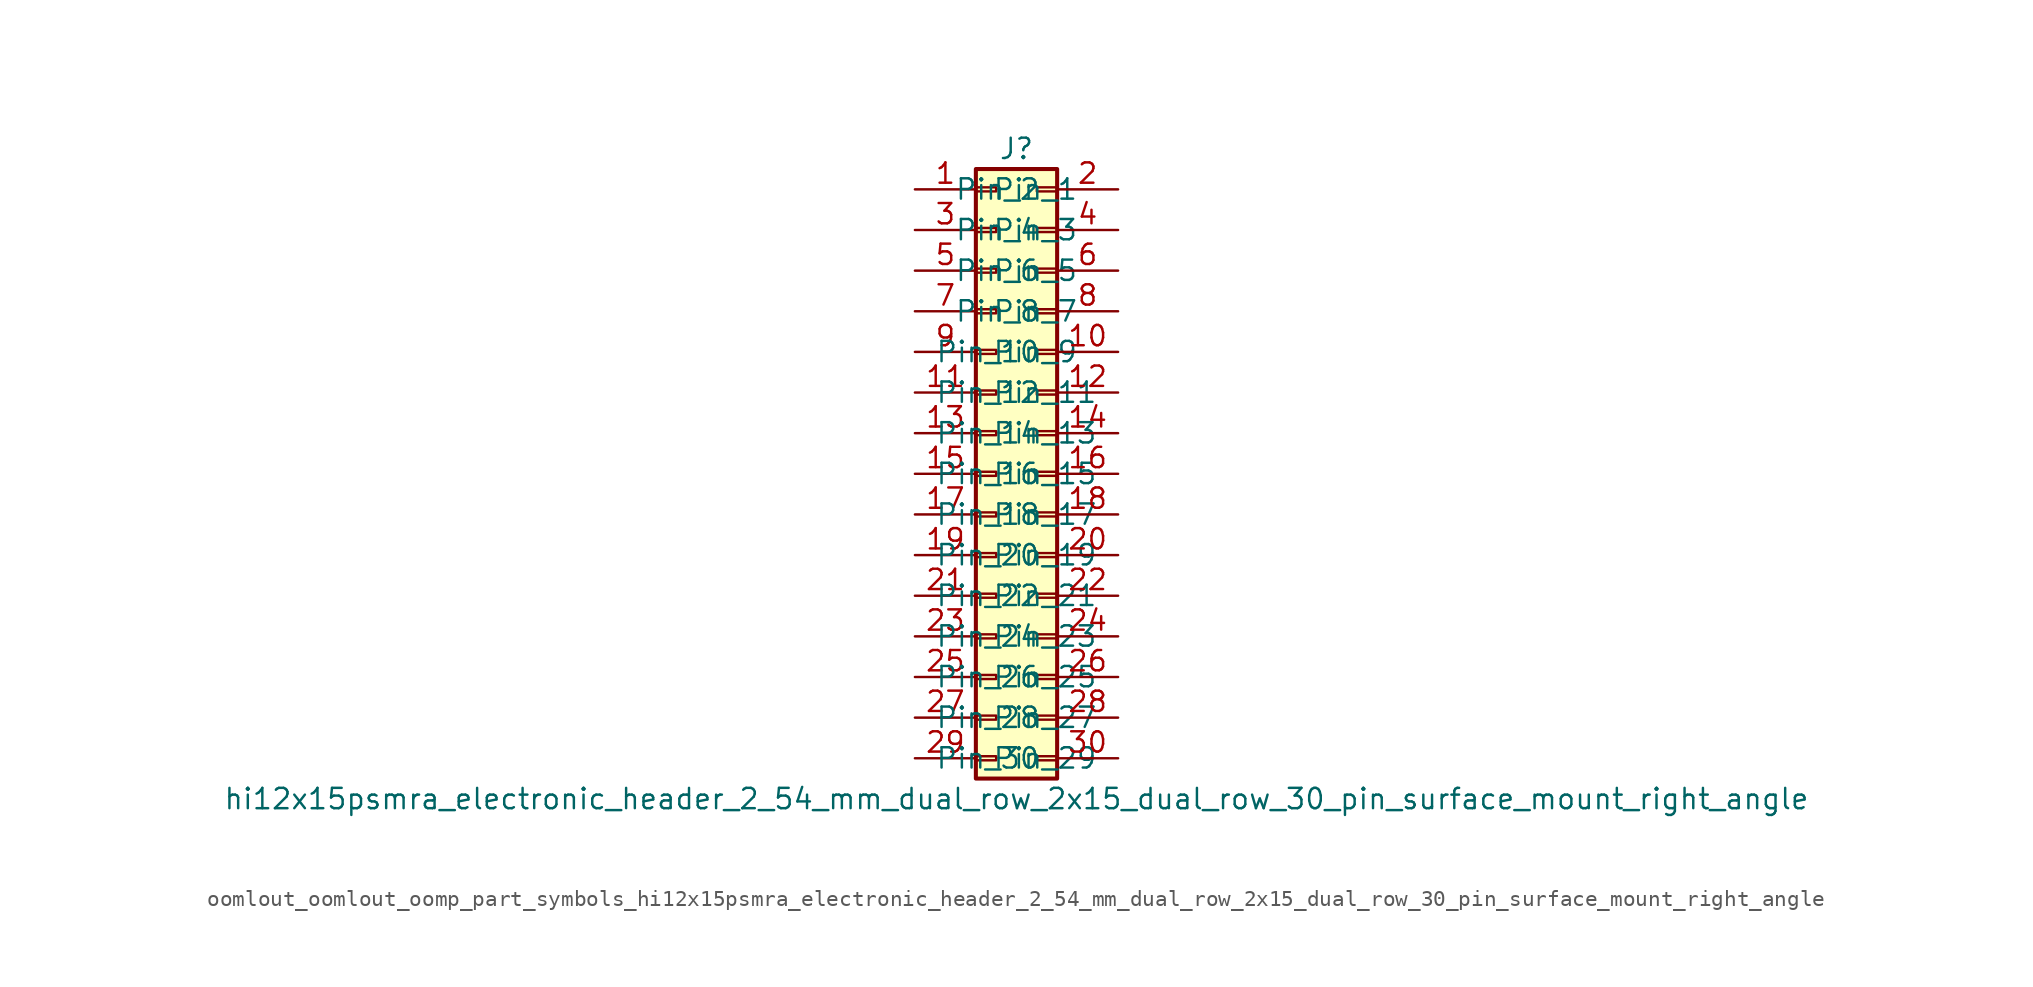
<source format=kicad_sym>
(kicad_symbol_lib
  (version 20220914)
  (generator kicad_symbol_editor)
  (symbol "oomlout_oomlout_oomp_part_symbols_hi12x15psmra_electronic_header_2_54_mm_dual_row_2x15_dual_row_30_pin_surface_mount_right_angle"
    (pin_names
      (offset 1.016))
    (property "Reference" "J"
      (at 1.27 20.32 0)
      (effects (font (size 1.27 1.27))))
    (property "Value" "hi12x15psmra_electronic_header_2_54_mm_dual_row_2x15_dual_row_30_pin_surface_mount_right_angle"
      (at 1.27 -20.32 0)
      (effects (font (size 1.27 1.27))))
    (symbol "oomlout_oomlout_oomp_part_symbols_hi12x15psmra_electronic_header_2_54_mm_dual_row_2x15_dual_row_30_pin_surface_mount_right_angle_1_1"
      (rectangle (start -1.27 -17.653) (end 0 -17.907) (stroke (width 0.152) (type default)) (fill (type none)))
      (rectangle (start -1.27 -15.113) (end 0 -15.367) (stroke (width 0.152) (type default)) (fill (type none)))
      (rectangle (start -1.27 -12.573) (end 0 -12.827) (stroke (width 0.152) (type default)) (fill (type none)))
      (rectangle (start -1.27 -10.033) (end 0 -10.287) (stroke (width 0.152) (type default)) (fill (type none)))
      (rectangle (start -1.27 -7.493) (end 0 -7.747) (stroke (width 0.152) (type default)) (fill (type none)))
      (rectangle (start -1.27 -4.953) (end 0 -5.207) (stroke (width 0.152) (type default)) (fill (type none)))
      (rectangle (start -1.27 -2.413) (end 0 -2.667) (stroke (width 0.152) (type default)) (fill (type none)))
      (rectangle (start -1.27 0.127) (end 0 -0.127) (stroke (width 0.152) (type default)) (fill (type none)))
      (rectangle (start -1.27 2.667) (end 0 2.413) (stroke (width 0.152) (type default)) (fill (type none)))
      (rectangle (start -1.27 5.207) (end 0 4.953) (stroke (width 0.152) (type default)) (fill (type none)))
      (rectangle (start -1.27 7.747) (end 0 7.493) (stroke (width 0.152) (type default)) (fill (type none)))
      (rectangle (start -1.27 10.287) (end 0 10.033) (stroke (width 0.152) (type default)) (fill (type none)))
      (rectangle (start -1.27 12.827) (end 0 12.573) (stroke (width 0.152) (type default)) (fill (type none)))
      (rectangle (start -1.27 15.367) (end 0 15.113) (stroke (width 0.152) (type default)) (fill (type none)))
      (rectangle (start -1.27 17.907) (end 0 17.653) (stroke (width 0.152) (type default)) (fill (type none)))
      (rectangle (start -1.27 19.05) (end 3.81 -19.05) (stroke (width 0.254) (type default)) (fill (type background)))
      (rectangle (start 3.81 -17.653) (end 2.54 -17.907) (stroke (width 0.152) (type default)) (fill (type none)))
      (rectangle (start 3.81 -15.113) (end 2.54 -15.367) (stroke (width 0.152) (type default)) (fill (type none)))
      (rectangle (start 3.81 -12.573) (end 2.54 -12.827) (stroke (width 0.152) (type default)) (fill (type none)))
      (rectangle (start 3.81 -10.033) (end 2.54 -10.287) (stroke (width 0.152) (type default)) (fill (type none)))
      (rectangle (start 3.81 -7.493) (end 2.54 -7.747) (stroke (width 0.152) (type default)) (fill (type none)))
      (rectangle (start 3.81 -4.953) (end 2.54 -5.207) (stroke (width 0.152) (type default)) (fill (type none)))
      (rectangle (start 3.81 -2.413) (end 2.54 -2.667) (stroke (width 0.152) (type default)) (fill (type none)))
      (rectangle (start 3.81 0.127) (end 2.54 -0.127) (stroke (width 0.152) (type default)) (fill (type none)))
      (rectangle (start 3.81 2.667) (end 2.54 2.413) (stroke (width 0.152) (type default)) (fill (type none)))
      (rectangle (start 3.81 5.207) (end 2.54 4.953) (stroke (width 0.152) (type default)) (fill (type none)))
      (rectangle (start 3.81 7.747) (end 2.54 7.493) (stroke (width 0.152) (type default)) (fill (type none)))
      (rectangle (start 3.81 10.287) (end 2.54 10.033) (stroke (width 0.152) (type default)) (fill (type none)))
      (rectangle (start 3.81 12.827) (end 2.54 12.573) (stroke (width 0.152) (type default)) (fill (type none)))
      (rectangle (start 3.81 15.367) (end 2.54 15.113) (stroke (width 0.152) (type default)) (fill (type none)))
      (rectangle (start 3.81 17.907) (end 2.54 17.653) (stroke (width 0.152) (type default)) (fill (type none)))
      (pin passive line (at -5.08 17.78 0) (length 3.81) (name "Pin_1" (effects (font (size 1.27 1.27)))) (number "1" (effects (font (size 1.27 1.27)))))
      (pin passive line (at 7.62 7.62 180) (length 3.81) (name "Pin_10" (effects (font (size 1.27 1.27)))) (number "10" (effects (font (size 1.27 1.27)))))
      (pin passive line (at -5.08 5.08 0) (length 3.81) (name "Pin_11" (effects (font (size 1.27 1.27)))) (number "11" (effects (font (size 1.27 1.27)))))
      (pin passive line (at 7.62 5.08 180) (length 3.81) (name "Pin_12" (effects (font (size 1.27 1.27)))) (number "12" (effects (font (size 1.27 1.27)))))
      (pin passive line (at -5.08 2.54 0) (length 3.81) (name "Pin_13" (effects (font (size 1.27 1.27)))) (number "13" (effects (font (size 1.27 1.27)))))
      (pin passive line (at 7.62 2.54 180) (length 3.81) (name "Pin_14" (effects (font (size 1.27 1.27)))) (number "14" (effects (font (size 1.27 1.27)))))
      (pin passive line (at -5.08 0 0) (length 3.81) (name "Pin_15" (effects (font (size 1.27 1.27)))) (number "15" (effects (font (size 1.27 1.27)))))
      (pin passive line (at 7.62 0 180) (length 3.81) (name "Pin_16" (effects (font (size 1.27 1.27)))) (number "16" (effects (font (size 1.27 1.27)))))
      (pin passive line (at -5.08 -2.54 0) (length 3.81) (name "Pin_17" (effects (font (size 1.27 1.27)))) (number "17" (effects (font (size 1.27 1.27)))))
      (pin passive line (at 7.62 -2.54 180) (length 3.81) (name "Pin_18" (effects (font (size 1.27 1.27)))) (number "18" (effects (font (size 1.27 1.27)))))
      (pin passive line (at -5.08 -5.08 0) (length 3.81) (name "Pin_19" (effects (font (size 1.27 1.27)))) (number "19" (effects (font (size 1.27 1.27)))))
      (pin passive line (at 7.62 17.78 180) (length 3.81) (name "Pin_2" (effects (font (size 1.27 1.27)))) (number "2" (effects (font (size 1.27 1.27)))))
      (pin passive line (at 7.62 -5.08 180) (length 3.81) (name "Pin_20" (effects (font (size 1.27 1.27)))) (number "20" (effects (font (size 1.27 1.27)))))
      (pin passive line (at -5.08 -7.62 0) (length 3.81) (name "Pin_21" (effects (font (size 1.27 1.27)))) (number "21" (effects (font (size 1.27 1.27)))))
      (pin passive line (at 7.62 -7.62 180) (length 3.81) (name "Pin_22" (effects (font (size 1.27 1.27)))) (number "22" (effects (font (size 1.27 1.27)))))
      (pin passive line (at -5.08 -10.16 0) (length 3.81) (name "Pin_23" (effects (font (size 1.27 1.27)))) (number "23" (effects (font (size 1.27 1.27)))))
      (pin passive line (at 7.62 -10.16 180) (length 3.81) (name "Pin_24" (effects (font (size 1.27 1.27)))) (number "24" (effects (font (size 1.27 1.27)))))
      (pin passive line (at -5.08 -12.7 0) (length 3.81) (name "Pin_25" (effects (font (size 1.27 1.27)))) (number "25" (effects (font (size 1.27 1.27)))))
      (pin passive line (at 7.62 -12.7 180) (length 3.81) (name "Pin_26" (effects (font (size 1.27 1.27)))) (number "26" (effects (font (size 1.27 1.27)))))
      (pin passive line (at -5.08 -15.24 0) (length 3.81) (name "Pin_27" (effects (font (size 1.27 1.27)))) (number "27" (effects (font (size 1.27 1.27)))))
      (pin passive line (at 7.62 -15.24 180) (length 3.81) (name "Pin_28" (effects (font (size 1.27 1.27)))) (number "28" (effects (font (size 1.27 1.27)))))
      (pin passive line (at -5.08 -17.78 0) (length 3.81) (name "Pin_29" (effects (font (size 1.27 1.27)))) (number "29" (effects (font (size 1.27 1.27)))))
      (pin passive line (at -5.08 15.24 0) (length 3.81) (name "Pin_3" (effects (font (size 1.27 1.27)))) (number "3" (effects (font (size 1.27 1.27)))))
      (pin passive line (at 7.62 -17.78 180) (length 3.81) (name "Pin_30" (effects (font (size 1.27 1.27)))) (number "30" (effects (font (size 1.27 1.27)))))
      (pin passive line (at 7.62 15.24 180) (length 3.81) (name "Pin_4" (effects (font (size 1.27 1.27)))) (number "4" (effects (font (size 1.27 1.27)))))
      (pin passive line (at -5.08 12.7 0) (length 3.81) (name "Pin_5" (effects (font (size 1.27 1.27)))) (number "5" (effects (font (size 1.27 1.27)))))
      (pin passive line (at 7.62 12.7 180) (length 3.81) (name "Pin_6" (effects (font (size 1.27 1.27)))) (number "6" (effects (font (size 1.27 1.27)))))
      (pin passive line (at -5.08 10.16 0) (length 3.81) (name "Pin_7" (effects (font (size 1.27 1.27)))) (number "7" (effects (font (size 1.27 1.27)))))
      (pin passive line (at 7.62 10.16 180) (length 3.81) (name "Pin_8" (effects (font (size 1.27 1.27)))) (number "8" (effects (font (size 1.27 1.27)))))
      (pin passive line (at -5.08 7.62 0) (length 3.81) (name "Pin_9" (effects (font (size 1.27 1.27)))) (number "9" (effects (font (size 1.27 1.27))))))))
</source>
